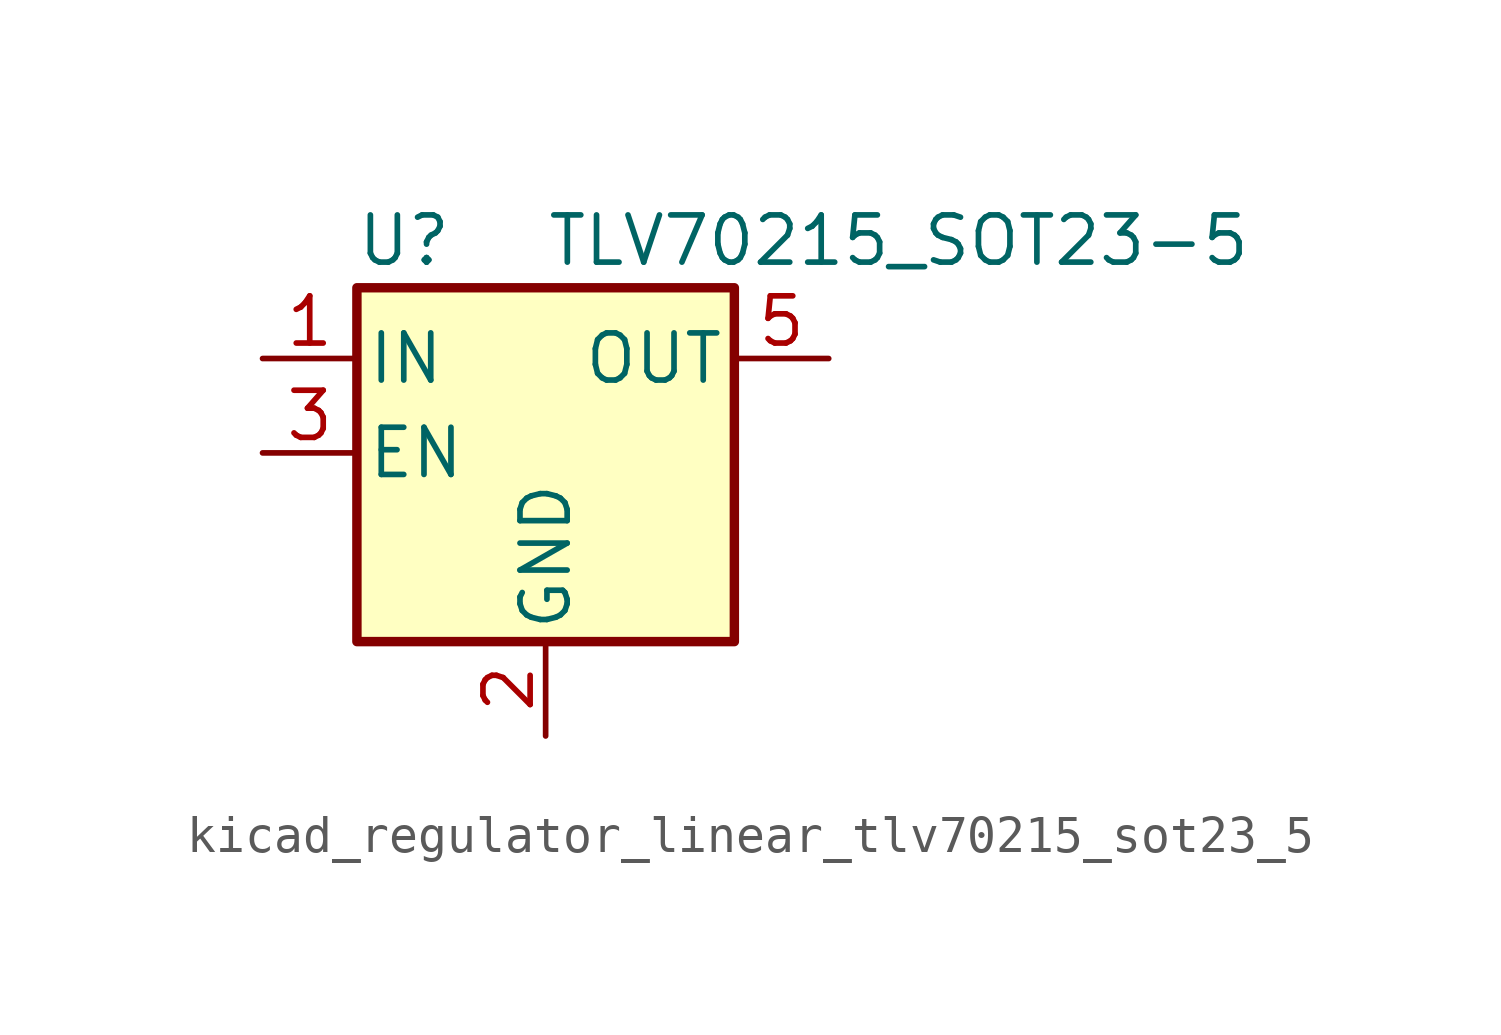
<source format=kicad_sym>
(kicad_symbol_lib
  (version 20220914)
  (generator kicad_symbol_editor)
  (symbol "kicad_regulator_linear_tlv70215_sot23_5"
    (pin_names
      (offset 0.254))
    (property "Reference" "U"
      (at -3.81 5.715 0)
      (effects (font (size 1.27 1.27))))
    (property "Value" "TLV70215_SOT23-5"
      (at 0 5.715 0)
      (effects (font (size 1.27 1.27)) (justify left)))
    (symbol "kicad_regulator_linear_tlv70215_sot23_5_0_1"
      (rectangle (start -5.08 4.445) (end 5.08 -5.08) (stroke (width 0.254) (type default)) (fill (type background))))
    (symbol "kicad_regulator_linear_tlv70215_sot23_5_1_1"
      (pin power_in line (at -7.62 2.54 0) (length 2.54) (name "IN" (effects (font (size 1.27 1.27)))) (number "1" (effects (font (size 1.27 1.27)))))
      (pin power_in line (at 0 -7.62 90) (length 2.54) (name "GND" (effects (font (size 1.27 1.27)))) (number "2" (effects (font (size 1.27 1.27)))))
      (pin input line (at -7.62 0 0) (length 2.54) (name "EN" (effects (font (size 1.27 1.27)))) (number "3" (effects (font (size 1.27 1.27)))))
      (pin no_connect line (at 5.08 0 180) (length 2.54) hide (name "NC" (effects (font (size 1.27 1.27)))) (number "4" (effects (font (size 1.27 1.27)))))
      (pin power_out line (at 7.62 2.54 180) (length 2.54) (name "OUT" (effects (font (size 1.27 1.27)))) (number "5" (effects (font (size 1.27 1.27))))))))
</source>
